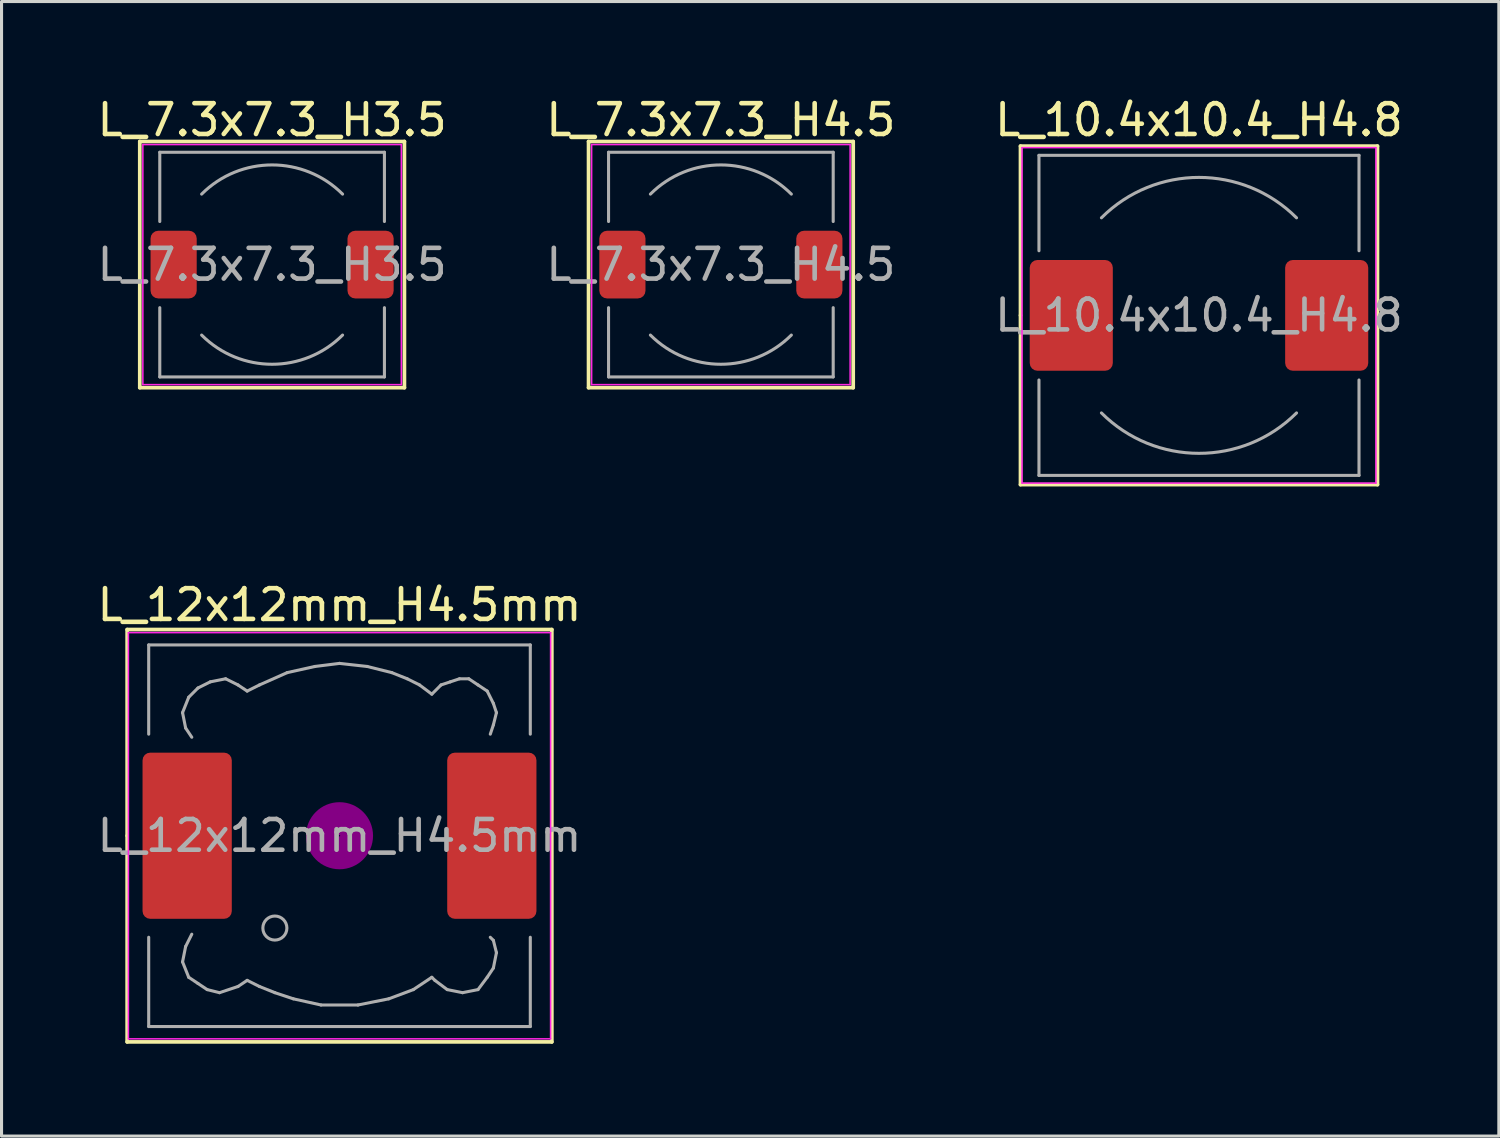
<source format=kicad_pcb>
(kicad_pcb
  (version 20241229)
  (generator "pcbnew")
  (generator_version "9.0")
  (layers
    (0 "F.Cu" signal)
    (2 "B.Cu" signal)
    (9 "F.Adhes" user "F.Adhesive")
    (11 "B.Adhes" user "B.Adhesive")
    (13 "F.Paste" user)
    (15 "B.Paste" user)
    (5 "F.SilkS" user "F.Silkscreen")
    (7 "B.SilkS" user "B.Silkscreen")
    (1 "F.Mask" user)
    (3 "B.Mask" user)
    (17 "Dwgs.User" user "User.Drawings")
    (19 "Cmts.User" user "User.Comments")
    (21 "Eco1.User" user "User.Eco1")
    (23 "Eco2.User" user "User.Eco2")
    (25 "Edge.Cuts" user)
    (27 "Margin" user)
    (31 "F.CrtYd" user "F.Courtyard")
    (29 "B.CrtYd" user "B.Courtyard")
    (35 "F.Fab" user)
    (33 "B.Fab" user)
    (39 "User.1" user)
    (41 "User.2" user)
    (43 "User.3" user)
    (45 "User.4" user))
  (footprint "L_7.3x7.3_H3.5"
    (layer "F.Cu")
    (at 5.792 5.548)
    (property "Reference" "L_7.3x7.3_H3.5" (at 0 -4.7 0) (layer "F.SilkS") (effects (font (size 1 1) (thickness 0.15))))
    (attr smd)
    (fp_line (start -4.3 -4) (end -4.3 4) (stroke (width 0.12) (type solid)) (layer "F.SilkS"))
    (fp_line (start -4.3 4) (end 4.3 4) (stroke (width 0.12) (type solid)) (layer "F.SilkS"))
    (fp_line (start 4.3 -4) (end -4.3 -4) (stroke (width 0.12) (type solid)) (layer "F.SilkS"))
    (fp_line (start 4.3 4) (end 4.3 -4) (stroke (width 0.12) (type solid)) (layer "F.SilkS"))
    (fp_line (start -4.2 -3.9) (end -4.2 3.9) (stroke (width 0.05) (type solid)) (layer "F.CrtYd"))
    (fp_line (start -4.2 3.9) (end 4.2 3.9) (stroke (width 0.05) (type solid)) (layer "F.CrtYd"))
    (fp_line (start 4.2 -3.9) (end -4.2 -3.9) (stroke (width 0.05) (type solid)) (layer "F.CrtYd"))
    (fp_line (start 4.2 3.9) (end 4.2 -3.9) (stroke (width 0.05) (type solid)) (layer "F.CrtYd"))
    (fp_line (start -3.65 -3.65) (end -3.65 -1.4) (stroke (width 0.1) (type solid)) (layer "F.Fab"))
    (fp_line (start -3.65 -3.65) (end 3.65 -3.65) (stroke (width 0.1) (type solid)) (layer "F.Fab"))
    (fp_line (start -3.65 3.65) (end -3.65 1.4) (stroke (width 0.1) (type solid)) (layer "F.Fab"))
    (fp_line (start 3.65 -3.65) (end 3.65 -1.4) (stroke (width 0.1) (type solid)) (layer "F.Fab"))
    (fp_line (start 3.65 3.65) (end -3.65 3.65) (stroke (width 0.1) (type solid)) (layer "F.Fab"))
    (fp_line (start 3.65 3.65) (end 3.65 1.4) (stroke (width 0.1) (type solid)) (layer "F.Fab"))
    (fp_arc (start -2.29 -2.29) (mid 0 -3.238549) (end 2.29 -2.29) (stroke (width 0.1) (type solid)) (layer "F.Fab"))
    (fp_arc (start 2.29 2.29) (mid 0 3.238549) (end -2.29 2.29) (stroke (width 0.1) (type solid)) (layer "F.Fab"))
    (fp_text user "${REFERENCE}" (at 0 0 0) (layer "F.Fab") (effects (font (size 1 1) (thickness 0.15))))
    (pad "1" smd roundrect (at -3.2 0) (size 1.5 2.2) (layers "F.Cu" "F.Mask" "F.Paste") (roundrect_rratio 0.167))
    (pad "2" smd roundrect (at 3.2 0) (size 1.5 2.2) (layers "F.Cu" "F.Mask" "F.Paste") (roundrect_rratio 0.167)))
  (footprint "L_10.4x10.4_H4.8"
    (layer "F.Cu")
    (at 35.911 7.198)
    (property "Reference" "L_10.4x10.4_H4.8" (at 0 -6.35 0) (layer "F.SilkS") (effects (font (size 1 1) (thickness 0.15))))
    (attr smd)
    (fp_line (start -5.8 -5.5) (end 5.8 -5.5) (stroke (width 0.12) (type solid)) (layer "F.SilkS"))
    (fp_line (start -5.8 0) (end -5.8 -5.5) (stroke (width 0.12) (type solid)) (layer "F.SilkS"))
    (fp_line (start -5.8 5.5) (end -5.8 0) (stroke (width 0.12) (type solid)) (layer "F.SilkS"))
    (fp_line (start 5.8 -5.5) (end 5.8 5.5) (stroke (width 0.12) (type solid)) (layer "F.SilkS"))
    (fp_line (start 5.8 5.5) (end -5.8 5.5) (stroke (width 0.12) (type solid)) (layer "F.SilkS"))
    (fp_line (start -5.75 -5.45) (end -5.75 5.45) (stroke (width 0.05) (type solid)) (layer "F.CrtYd"))
    (fp_line (start -5.75 5.45) (end 5.75 5.45) (stroke (width 0.05) (type solid)) (layer "F.CrtYd"))
    (fp_line (start 5.75 -5.45) (end -5.75 -5.45) (stroke (width 0.05) (type solid)) (layer "F.CrtYd"))
    (fp_line (start 5.75 5.45) (end 5.75 -5.45) (stroke (width 0.05) (type solid)) (layer "F.CrtYd"))
    (fp_line (start -5.2 -5.2) (end -5.2 -2.1) (stroke (width 0.1) (type solid)) (layer "F.Fab"))
    (fp_line (start -5.2 -5.2) (end 5.2 -5.2) (stroke (width 0.1) (type solid)) (layer "F.Fab"))
    (fp_line (start -5.2 5.2) (end -5.2 2.1) (stroke (width 0.1) (type solid)) (layer "F.Fab"))
    (fp_line (start -5.2 5.2) (end 5.2 5.2) (stroke (width 0.1) (type solid)) (layer "F.Fab"))
    (fp_line (start 5.2 -5.2) (end 5.2 -2.1) (stroke (width 0.1) (type solid)) (layer "F.Fab"))
    (fp_line (start 5.2 5.2) (end 5.2 2.1) (stroke (width 0.1) (type solid)) (layer "F.Fab"))
    (fp_arc (start -3.17 -3.17) (mid 0 -4.483057) (end 3.17 -3.17) (stroke (width 0.1) (type solid)) (layer "F.Fab"))
    (fp_arc (start 3.17 3.17) (mid 0 4.483057) (end -3.17 3.17) (stroke (width 0.1) (type solid)) (layer "F.Fab"))
    (fp_text user "${REFERENCE}" (at 0 0 0) (layer "F.Fab") (effects (font (size 1 1) (thickness 0.15))))
    (pad "1" smd roundrect (at -4.15 0) (size 2.7 3.6) (layers "F.Cu" "F.Mask" "F.Paste") (roundrect_rratio 0.093))
    (pad "2" smd roundrect (at 4.15 0) (size 2.7 3.6) (layers "F.Cu" "F.Mask" "F.Paste") (roundrect_rratio 0.093)))
  (footprint "L_12x12mm_H4.5mm"
    (layer "F.Cu")
    (at 7.982 24.107)
    (property "Reference" "L_12x12mm_H4.5mm" (at 0 -7.5 0) (layer "F.SilkS") (effects (font (size 1 1) (thickness 0.15))))
    (attr smd)
    (fp_line (start -6.9 -6.7) (end 6.9 -6.7) (stroke (width 0.12) (type solid)) (layer "F.SilkS"))
    (fp_line (start -6.9 0) (end -6.9 -6.7) (stroke (width 0.12) (type solid)) (layer "F.SilkS"))
    (fp_line (start -6.9 6.7) (end -6.9 0) (stroke (width 0.12) (type solid)) (layer "F.SilkS"))
    (fp_line (start 6.9 -6.7) (end 6.9 6.7) (stroke (width 0.12) (type solid)) (layer "F.SilkS"))
    (fp_line (start 6.9 6.7) (end -6.9 6.7) (stroke (width 0.12) (type solid)) (layer "F.SilkS"))
    (fp_circle (center 0 0) (end 0.15 0.15) (stroke (width 0.38) (type solid)) (fill no) (layer "F.Adhes"))
    (fp_circle (center 0 0) (end 0.55 0) (stroke (width 0.38) (type solid)) (fill no) (layer "F.Adhes"))
    (fp_circle (center 0 0) (end 0.9 0) (stroke (width 0.38) (type solid)) (fill no) (layer "F.Adhes"))
    (fp_line (start -6.86 -6.6) (end 6.86 -6.6) (stroke (width 0.05) (type solid)) (layer "F.CrtYd"))
    (fp_line (start -6.86 6.6) (end -6.86 -6.6) (stroke (width 0.05) (type solid)) (layer "F.CrtYd"))
    (fp_line (start 6.86 -6.6) (end 6.86 6.6) (stroke (width 0.05) (type solid)) (layer "F.CrtYd"))
    (fp_line (start 6.86 6.6) (end -6.86 6.6) (stroke (width 0.05) (type solid)) (layer "F.CrtYd"))
    (fp_line (start -6.2 -6.2) (end -6.2 -3.3) (stroke (width 0.1) (type solid)) (layer "F.Fab"))
    (fp_line (start -6.2 3.3) (end -6.2 6.2) (stroke (width 0.1) (type solid)) (layer "F.Fab"))
    (fp_line (start -6.2 6.2) (end 6.2 6.2) (stroke (width 0.1) (type solid)) (layer "F.Fab"))
    (fp_line (start -5.1 -4) (end -5 -3.5) (stroke (width 0.1) (type solid)) (layer "F.Fab"))
    (fp_line (start -5.1 4.1) (end -5 3.6) (stroke (width 0.1) (type solid)) (layer "F.Fab"))
    (fp_line (start -5 -3.5) (end -4.8 -3.2) (stroke (width 0.1) (type solid)) (layer "F.Fab"))
    (fp_line (start -5 3.6) (end -4.8 3.2) (stroke (width 0.1) (type solid)) (layer "F.Fab"))
    (fp_line (start -4.9 -4.5) (end -5.1 -4) (stroke (width 0.1) (type solid)) (layer "F.Fab"))
    (fp_line (start -4.9 4.6) (end -5.1 4.1) (stroke (width 0.1) (type solid)) (layer "F.Fab"))
    (fp_line (start -4.6 -4.8) (end -4.9 -4.5) (stroke (width 0.1) (type solid)) (layer "F.Fab"))
    (fp_line (start -4.6 4.8) (end -4.9 4.6) (stroke (width 0.1) (type solid)) (layer "F.Fab"))
    (fp_line (start -4.3 5) (end -4.6 4.8) (stroke (width 0.1) (type solid)) (layer "F.Fab"))
    (fp_line (start -4.2 -5) (end -4.6 -4.8) (stroke (width 0.1) (type solid)) (layer "F.Fab"))
    (fp_line (start -3.9 5.1) (end -4.3 5) (stroke (width 0.1) (type solid)) (layer "F.Fab"))
    (fp_line (start -3.7 -5.1) (end -4.2 -5) (stroke (width 0.1) (type solid)) (layer "F.Fab"))
    (fp_line (start -3.3 -4.9) (end -3.7 -5.1) (stroke (width 0.1) (type solid)) (layer "F.Fab"))
    (fp_line (start -3.3 4.9) (end -3.9 5.1) (stroke (width 0.1) (type solid)) (layer "F.Fab"))
    (fp_line (start -3 -4.7) (end -3.3 -4.9) (stroke (width 0.1) (type solid)) (layer "F.Fab"))
    (fp_line (start -3 4.7) (end -3.3 4.9) (stroke (width 0.1) (type solid)) (layer "F.Fab"))
    (fp_line (start -2.6 -4.9) (end -3 -4.7) (stroke (width 0.1) (type solid)) (layer "F.Fab"))
    (fp_line (start -2.6 4.9) (end -3 4.7) (stroke (width 0.1) (type solid)) (layer "F.Fab"))
    (fp_line (start -2.1 5.1) (end -2.6 4.9) (stroke (width 0.1) (type solid)) (layer "F.Fab"))
    (fp_line (start -1.7 -5.3) (end -2.6 -4.9) (stroke (width 0.1) (type solid)) (layer "F.Fab"))
    (fp_line (start -1.5 5.3) (end -2.1 5.1) (stroke (width 0.1) (type solid)) (layer "F.Fab"))
    (fp_line (start -0.8 -5.5) (end -1.7 -5.3) (stroke (width 0.1) (type solid)) (layer "F.Fab"))
    (fp_line (start -0.6 5.5) (end -1.5 5.3) (stroke (width 0.1) (type solid)) (layer "F.Fab"))
    (fp_line (start 0 -5.6) (end -0.8 -5.5) (stroke (width 0.1) (type solid)) (layer "F.Fab"))
    (fp_line (start 0.6 5.5) (end -0.6 5.5) (stroke (width 0.1) (type solid)) (layer "F.Fab"))
    (fp_line (start 0.9 -5.5) (end 0 -5.6) (stroke (width 0.1) (type solid)) (layer "F.Fab"))
    (fp_line (start 1.6 5.3) (end 0.6 5.5) (stroke (width 0.1) (type solid)) (layer "F.Fab"))
    (fp_line (start 1.7 -5.3) (end 0.9 -5.5) (stroke (width 0.1) (type solid)) (layer "F.Fab"))
    (fp_line (start 2.2 -5.1) (end 1.7 -5.3) (stroke (width 0.1) (type solid)) (layer "F.Fab"))
    (fp_line (start 2.4 5) (end 1.6 5.3) (stroke (width 0.1) (type solid)) (layer "F.Fab"))
    (fp_line (start 2.6 -4.9) (end 2.2 -5.1) (stroke (width 0.1) (type solid)) (layer "F.Fab"))
    (fp_line (start 3 -4.6) (end 2.6 -4.9) (stroke (width 0.1) (type solid)) (layer "F.Fab"))
    (fp_line (start 3 4.6) (end 2.4 5) (stroke (width 0.1) (type solid)) (layer "F.Fab"))
    (fp_line (start 3.1 4.7) (end 3 4.6) (stroke (width 0.1) (type solid)) (layer "F.Fab"))
    (fp_line (start 3.3 -4.9) (end 3 -4.6) (stroke (width 0.1) (type solid)) (layer "F.Fab"))
    (fp_line (start 3.5 5) (end 3.1 4.7) (stroke (width 0.1) (type solid)) (layer "F.Fab"))
    (fp_line (start 3.6 -5) (end 3.3 -4.9) (stroke (width 0.1) (type solid)) (layer "F.Fab"))
    (fp_line (start 3.9 -5.1) (end 3.6 -5) (stroke (width 0.1) (type solid)) (layer "F.Fab"))
    (fp_line (start 4 5.1) (end 3.5 5) (stroke (width 0.1) (type solid)) (layer "F.Fab"))
    (fp_line (start 4.2 -5.1) (end 3.9 -5.1) (stroke (width 0.1) (type solid)) (layer "F.Fab"))
    (fp_line (start 4.5 -4.9) (end 4.2 -5.1) (stroke (width 0.1) (type solid)) (layer "F.Fab"))
    (fp_line (start 4.5 5) (end 4 5.1) (stroke (width 0.1) (type solid)) (layer "F.Fab"))
    (fp_line (start 4.8 -4.7) (end 4.5 -4.9) (stroke (width 0.1) (type solid)) (layer "F.Fab"))
    (fp_line (start 4.8 4.6) (end 4.5 5) (stroke (width 0.1) (type solid)) (layer "F.Fab"))
    (fp_line (start 4.9 -3.3) (end 5 -3.6) (stroke (width 0.1) (type solid)) (layer "F.Fab"))
    (fp_line (start 4.9 3.3) (end 5 3.4) (stroke (width 0.1) (type solid)) (layer "F.Fab"))
    (fp_line (start 5 -4.3) (end 4.8 -4.7) (stroke (width 0.1) (type solid)) (layer "F.Fab"))
    (fp_line (start 5 -3.6) (end 5.1 -4) (stroke (width 0.1) (type solid)) (layer "F.Fab"))
    (fp_line (start 5 3.4) (end 5.1 3.8) (stroke (width 0.1) (type solid)) (layer "F.Fab"))
    (fp_line (start 5 4.3) (end 4.8 4.6) (stroke (width 0.1) (type solid)) (layer "F.Fab"))
    (fp_line (start 5.1 -4) (end 5 -4.3) (stroke (width 0.1) (type solid)) (layer "F.Fab"))
    (fp_line (start 5.1 3.8) (end 5 4.3) (stroke (width 0.1) (type solid)) (layer "F.Fab"))
    (fp_line (start 6.2 -6.2) (end -6.2 -6.2) (stroke (width 0.1) (type solid)) (layer "F.Fab"))
    (fp_line (start 6.2 -6.2) (end 6.2 -3.3) (stroke (width 0.1) (type solid)) (layer "F.Fab"))
    (fp_line (start 6.2 6.2) (end 6.2 3.3) (stroke (width 0.1) (type solid)) (layer "F.Fab"))
    (fp_circle (center -2.1 3) (end -1.8 3.25) (stroke (width 0.1) (type solid)) (fill no) (layer "F.Fab"))
    (fp_text user "${REFERENCE}" (at 0 0 0) (layer "F.Fab") (effects (font (size 1 1) (thickness 0.15))))
    (pad "1" smd roundrect (at -4.95 0) (size 2.9 5.4) (layers "F.Cu" "F.Mask" "F.Paste") (roundrect_rratio 0.086))
    (pad "2" smd roundrect (at 4.95 0) (size 2.9 5.4) (layers "F.Cu" "F.Mask" "F.Paste") (roundrect_rratio 0.086)))
  (footprint "L_7.3x7.3_H4.5"
    (layer "F.Cu")
    (at 20.375 5.548)
    (property "Reference" "L_7.3x7.3_H4.5" (at 0 -4.7 0) (layer "F.SilkS") (effects (font (size 1 1) (thickness 0.15))))
    (attr smd)
    (fp_line (start -4.3 -4) (end 4.3 -4) (stroke (width 0.12) (type solid)) (layer "F.SilkS"))
    (fp_line (start -4.3 4) (end -4.3 -4) (stroke (width 0.12) (type solid)) (layer "F.SilkS"))
    (fp_line (start 4.3 -4) (end 4.3 4) (stroke (width 0.12) (type solid)) (layer "F.SilkS"))
    (fp_line (start 4.3 4) (end -4.3 4) (stroke (width 0.12) (type solid)) (layer "F.SilkS"))
    (fp_line (start -4.2 -3.9) (end -4.2 3.9) (stroke (width 0.05) (type solid)) (layer "F.CrtYd"))
    (fp_line (start -4.2 3.9) (end 4.2 3.9) (stroke (width 0.05) (type solid)) (layer "F.CrtYd"))
    (fp_line (start 4.2 -3.9) (end -4.2 -3.9) (stroke (width 0.05) (type solid)) (layer "F.CrtYd"))
    (fp_line (start 4.2 3.9) (end 4.2 -3.9) (stroke (width 0.05) (type solid)) (layer "F.CrtYd"))
    (fp_line (start -3.65 -3.65) (end -3.65 -1.4) (stroke (width 0.1) (type solid)) (layer "F.Fab"))
    (fp_line (start -3.65 -3.65) (end 3.65 -3.65) (stroke (width 0.1) (type solid)) (layer "F.Fab"))
    (fp_line (start -3.65 3.65) (end -3.65 1.4) (stroke (width 0.1) (type solid)) (layer "F.Fab"))
    (fp_line (start 3.65 -3.65) (end 3.65 -1.4) (stroke (width 0.1) (type solid)) (layer "F.Fab"))
    (fp_line (start 3.65 3.65) (end -3.65 3.65) (stroke (width 0.1) (type solid)) (layer "F.Fab"))
    (fp_line (start 3.65 3.65) (end 3.65 1.4) (stroke (width 0.1) (type solid)) (layer "F.Fab"))
    (fp_arc (start -2.29 -2.29) (mid 0 -3.238549) (end 2.29 -2.29) (stroke (width 0.1) (type solid)) (layer "F.Fab"))
    (fp_arc (start 2.29 2.29) (mid 0 3.238549) (end -2.29 2.29) (stroke (width 0.1) (type solid)) (layer "F.Fab"))
    (fp_text user "${REFERENCE}" (at 0 0 0) (layer "F.Fab") (effects (font (size 1 1) (thickness 0.15))))
    (pad "1" smd roundrect (at -3.2 0) (size 1.5 2.2) (layers "F.Cu" "F.Mask" "F.Paste") (roundrect_rratio 0.167))
    (pad "2" smd roundrect (at 3.2 0) (size 1.5 2.2) (layers "F.Cu" "F.Mask" "F.Paste") (roundrect_rratio 0.167)))
  (gr_rect
    (start -3 -3)
    (end 45.655 33.867)
    (stroke (width 0.1) (type default))
    (fill no)
    (layer "Edge.Cuts")))
</source>
